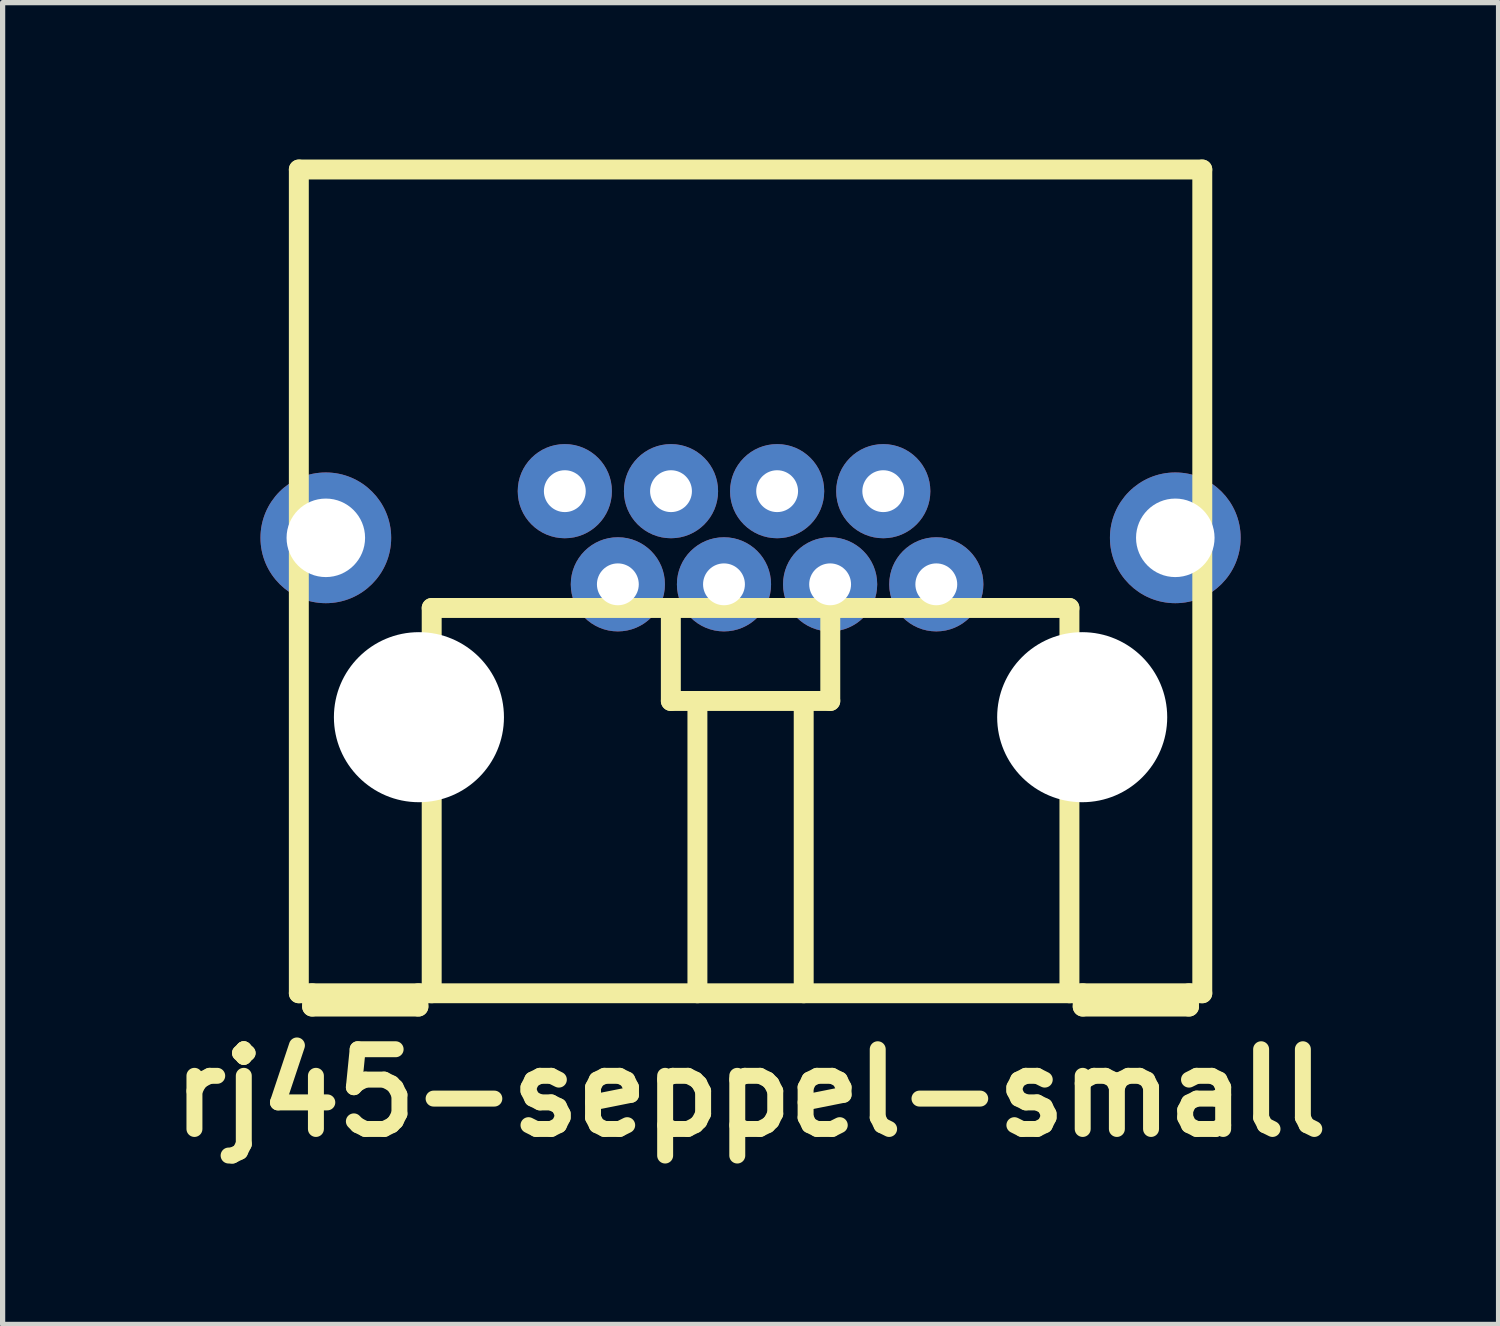
<source format=kicad_pcb>
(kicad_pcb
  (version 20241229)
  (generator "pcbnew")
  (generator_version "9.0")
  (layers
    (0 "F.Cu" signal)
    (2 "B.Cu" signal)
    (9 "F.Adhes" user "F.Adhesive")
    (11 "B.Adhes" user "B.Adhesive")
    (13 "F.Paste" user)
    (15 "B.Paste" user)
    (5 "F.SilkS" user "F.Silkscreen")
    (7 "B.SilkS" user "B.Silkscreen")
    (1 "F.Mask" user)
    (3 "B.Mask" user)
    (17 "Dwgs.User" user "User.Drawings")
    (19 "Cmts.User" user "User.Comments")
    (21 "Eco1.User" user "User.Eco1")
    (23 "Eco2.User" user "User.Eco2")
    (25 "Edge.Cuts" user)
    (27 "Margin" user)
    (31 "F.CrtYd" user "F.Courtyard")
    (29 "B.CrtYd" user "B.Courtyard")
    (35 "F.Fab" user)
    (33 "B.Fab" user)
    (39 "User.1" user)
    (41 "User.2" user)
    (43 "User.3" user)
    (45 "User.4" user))
  (footprint "rj45-seppel-small"
    (layer "F.Cu")
    (at 11.299 8.065)
    (property "Reference" "rj45-seppel-small" (at 0 9.779 0) (layer "F.SilkS") (effects (font (size 1.524 1.524) (thickness 0.305))))
    (attr through_hole)
    (fp_line (start -8.636 -7.874) (end 8.636 -7.874) (stroke (width 0.381) (type solid)) (layer "F.SilkS"))
    (fp_line (start -8.636 7.874) (end -8.636 -7.874) (stroke (width 0.381) (type solid)) (layer "F.SilkS"))
    (fp_line (start -8.382 7.874) (end -8.382 8.128) (stroke (width 0.381) (type solid)) (layer "F.SilkS"))
    (fp_line (start -8.382 8.128) (end -6.35 8.128) (stroke (width 0.381) (type solid)) (layer "F.SilkS"))
    (fp_line (start -6.35 8.128) (end -6.35 7.874) (stroke (width 0.381) (type solid)) (layer "F.SilkS"))
    (fp_line (start -6.096 0.508) (end 6.096 0.508) (stroke (width 0.381) (type solid)) (layer "F.SilkS"))
    (fp_line (start -6.096 7.874) (end -6.096 0.508) (stroke (width 0.381) (type solid)) (layer "F.SilkS"))
    (fp_line (start -1.524 2.286) (end -1.524 0.508) (stroke (width 0.381) (type solid)) (layer "F.SilkS"))
    (fp_line (start -1.016 7.874) (end -1.016 2.286) (stroke (width 0.381) (type solid)) (layer "F.SilkS"))
    (fp_line (start 1.016 2.286) (end 1.016 7.874) (stroke (width 0.381) (type solid)) (layer "F.SilkS"))
    (fp_line (start 1.524 0.508) (end 1.524 2.286) (stroke (width 0.381) (type solid)) (layer "F.SilkS"))
    (fp_line (start 1.524 2.286) (end -1.524 2.286) (stroke (width 0.381) (type solid)) (layer "F.SilkS"))
    (fp_line (start 6.096 0.508) (end 6.096 7.874) (stroke (width 0.381) (type solid)) (layer "F.SilkS"))
    (fp_line (start 6.35 7.874) (end 6.35 8.128) (stroke (width 0.381) (type solid)) (layer "F.SilkS"))
    (fp_line (start 6.35 8.128) (end 8.382 8.128) (stroke (width 0.381) (type solid)) (layer "F.SilkS"))
    (fp_line (start 8.382 8.128) (end 8.382 7.874) (stroke (width 0.381) (type solid)) (layer "F.SilkS"))
    (fp_line (start 8.636 -7.874) (end 8.636 7.874) (stroke (width 0.381) (type solid)) (layer "F.SilkS"))
    (fp_line (start 8.636 7.874) (end -8.636 7.874) (stroke (width 0.381) (type solid)) (layer "F.SilkS"))
    (pad "" np_thru_hole circle (at -6.34 2.596) (size 3.251 3.251) (drill 3.251) (layers "*.Cu"))
    (pad "" np_thru_hole circle (at 6.34 2.596) (size 3.251 3.251) (drill 3.251) (layers "*.Cu"))
    (pad "1" thru_hole circle (at 3.551 0.056) (size 1.8 1.8) (drill 0.8) (layers "*.Cu" "*.Mask"))
    (pad "2" thru_hole circle (at 2.537 -1.725) (size 1.8 1.8) (drill 0.8) (layers "*.Cu" "*.Mask"))
    (pad "3" thru_hole circle (at 1.521 0.056) (size 1.8 1.8) (drill 0.8) (layers "*.Cu" "*.Mask"))
    (pad "4" thru_hole circle (at 0.508 -1.725) (size 1.8 1.8) (drill 0.8) (layers "*.Cu" "*.Mask"))
    (pad "5" thru_hole circle (at -0.508 0.056) (size 1.8 1.8) (drill 0.8) (layers "*.Cu" "*.Mask"))
    (pad "6" thru_hole circle (at -1.521 -1.725) (size 1.8 1.8) (drill 0.8) (layers "*.Cu" "*.Mask"))
    (pad "7" thru_hole circle (at -2.537 0.056) (size 1.8 1.8) (drill 0.8) (layers "*.Cu" "*.Mask"))
    (pad "8" thru_hole circle (at -3.551 -1.725) (size 1.8 1.8) (drill 0.8) (layers "*.Cu" "*.Mask"))
    (pad "13" thru_hole circle (at -8.12 -0.833) (size 2.499 2.499) (drill 1.501) (layers "*.Cu" "*.Mask"))
    (pad "13" thru_hole circle (at 8.12 -0.833) (size 2.499 2.499) (drill 1.501) (layers "*.Cu" "*.Mask")))
  (gr_rect
    (start -3 -3)
    (end 25.599 22.27)
    (stroke (width 0.1) (type default))
    (fill no)
    (layer "Edge.Cuts")))
</source>
